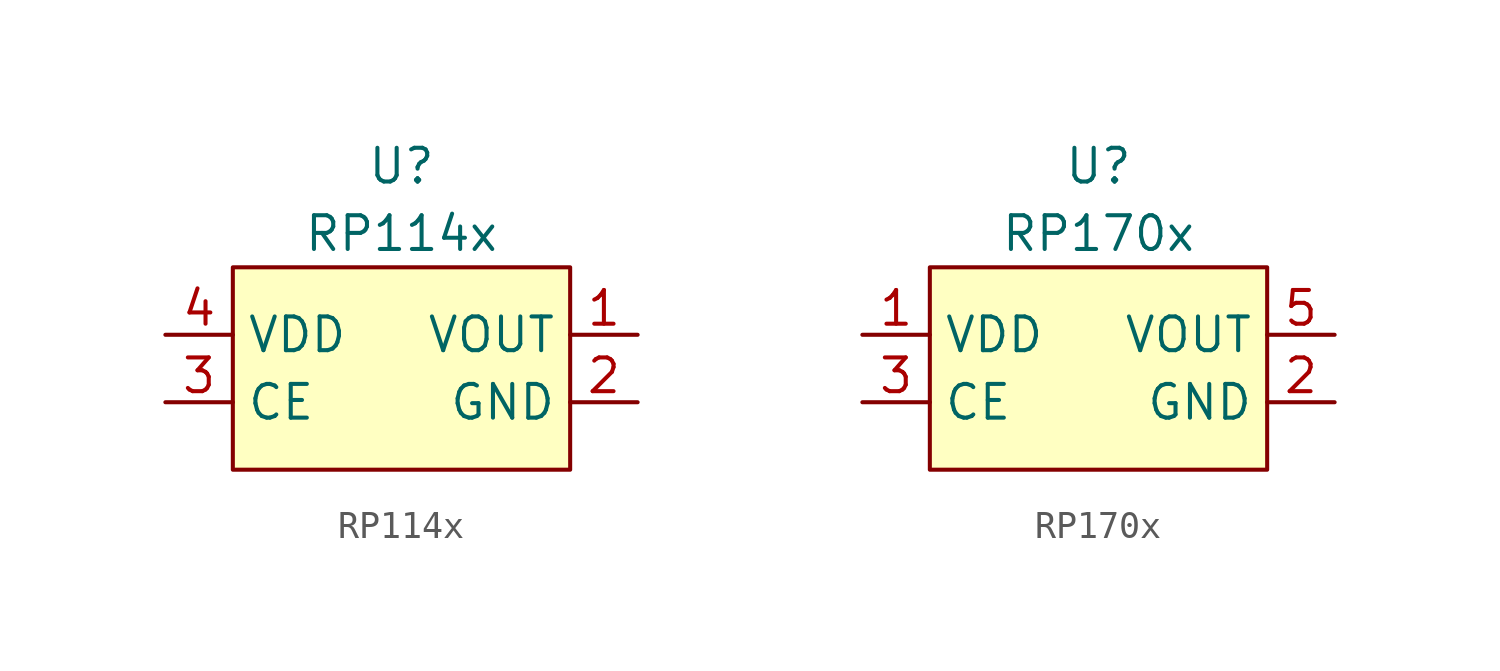
<source format=kicad_sym>
(kicad_symbol_lib
  (version 20241209)
  (generator "kicad_symbol_editor")
  (generator_version "9.0")
  (symbol "RP114x"
    (property "Reference" "U"
      (at 0 3.81 0)
      (effects (font (size 1.27 1.27))))
    (property "Value" "RP114x"
      (at 0 1.27 0)
      (effects (font (size 1.27 1.27))))
    (symbol "RP114x_1_1"
      (rectangle (start -6.35 0) (end 6.35 -7.62) (stroke (width 0) (type solid)) (fill (type background)))
      (pin power_in line (at -8.89 -2.54 0) (length 2.54) (name "VDD" (effects (font (size 1.27 1.27)))) (number "4" (effects (font (size 1.27 1.27)))))
      (pin input line (at -8.89 -5.08 0) (length 2.54) (name "CE" (effects (font (size 1.27 1.27)))) (number "3" (effects (font (size 1.27 1.27)))))
      (pin power_out line (at 8.89 -2.54 180) (length 2.54) (name "VOUT" (effects (font (size 1.27 1.27)))) (number "1" (effects (font (size 1.27 1.27)))))
      (pin passive line (at 8.89 -5.08 180) (length 2.54) (name "GND" (effects (font (size 1.27 1.27)))) (number "2" (effects (font (size 1.27 1.27)))))
      (pin free line (at 8.89 -5.08 180) (length 2.54) (hide yes) (name "TP" (effects (font (size 1.27 1.27)))) (number "5" (effects (font (size 1.27 1.27)))))))
  (symbol "RP170x"
    (property "Reference" "U"
      (at 0 3.81 0)
      (effects (font (size 1.27 1.27))))
    (property "Value" "RP170x"
      (at 0 1.27 0)
      (effects (font (size 1.27 1.27))))
    (symbol "RP170x_1_1"
      (rectangle (start -6.35 0) (end 6.35 -7.62) (stroke (width 0) (type solid)) (fill (type background)))
      (pin power_in line (at -8.89 -2.54 0) (length 2.54) (name "VDD" (effects (font (size 1.27 1.27)))) (number "1" (effects (font (size 1.27 1.27)))))
      (pin input line (at -8.89 -5.08 0) (length 2.54) (name "CE" (effects (font (size 1.27 1.27)))) (number "3" (effects (font (size 1.27 1.27)))))
      (pin power_out line (at 8.89 -2.54 180) (length 2.54) (name "VOUT" (effects (font (size 1.27 1.27)))) (number "5" (effects (font (size 1.27 1.27)))))
      (pin passive line (at 8.89 -5.08 180) (length 2.54) (name "GND" (effects (font (size 1.27 1.27)))) (number "2" (effects (font (size 1.27 1.27))))))))
</source>
